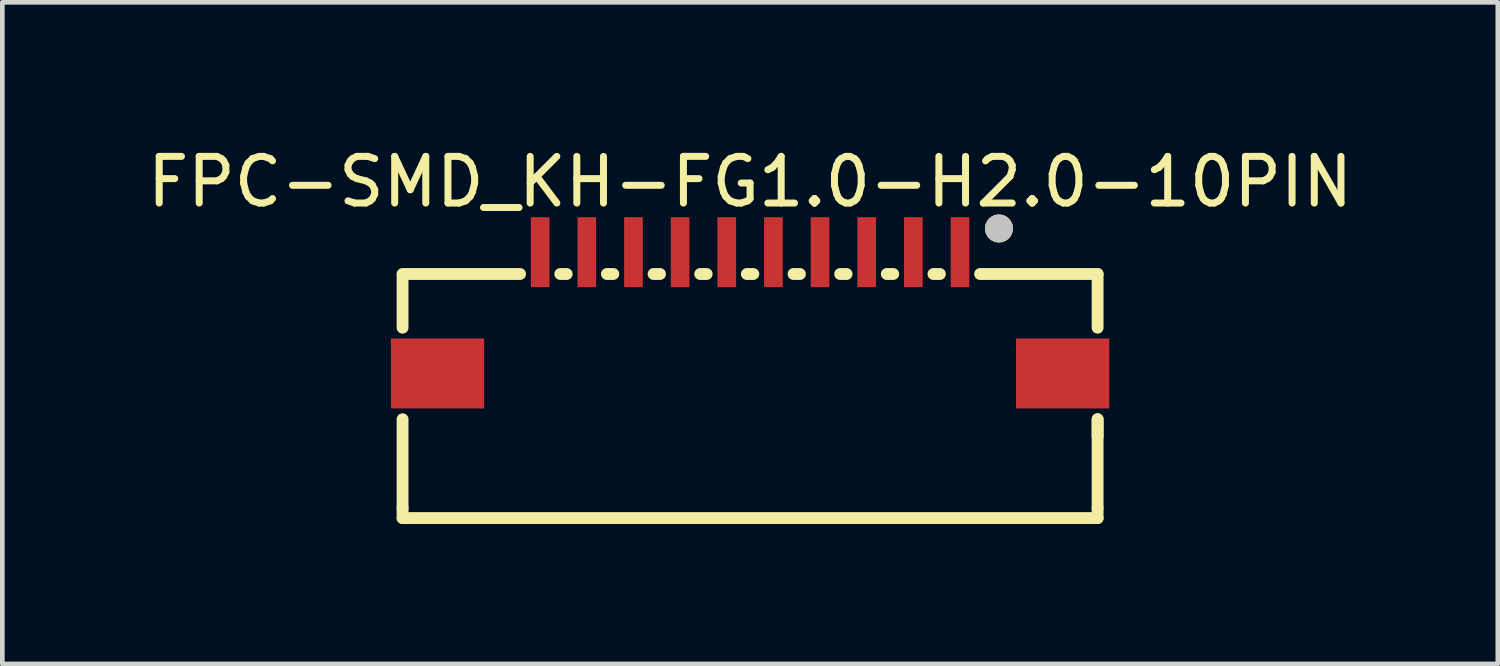
<source format=kicad_pcb>
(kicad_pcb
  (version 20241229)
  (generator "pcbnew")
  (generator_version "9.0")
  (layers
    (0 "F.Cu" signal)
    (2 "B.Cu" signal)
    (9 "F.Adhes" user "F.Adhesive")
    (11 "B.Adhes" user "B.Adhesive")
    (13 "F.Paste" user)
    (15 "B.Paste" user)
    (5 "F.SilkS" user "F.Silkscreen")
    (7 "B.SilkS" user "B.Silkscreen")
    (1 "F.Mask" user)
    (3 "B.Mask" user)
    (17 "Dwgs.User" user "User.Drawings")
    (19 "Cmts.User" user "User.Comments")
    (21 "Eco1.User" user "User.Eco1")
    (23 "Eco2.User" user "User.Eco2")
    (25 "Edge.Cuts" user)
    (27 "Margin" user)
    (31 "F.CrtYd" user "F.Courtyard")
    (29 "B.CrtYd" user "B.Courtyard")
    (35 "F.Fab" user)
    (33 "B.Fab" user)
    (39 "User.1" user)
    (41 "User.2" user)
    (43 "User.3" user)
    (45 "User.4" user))
  (footprint "FPC-SMD_KH-FG1.0-H2.0-10PIN"
    (layer "F.Cu")
    (at 13.03 3.656)
    (property "Reference" "FPC-SMD_KH-FG1.0-H2.0-10PIN" (at 0 -2.808 0) (layer "F.SilkS") (effects (font (size 1 1) (thickness 0.15))))
    (fp_line (start -7.45 -0.832) (end -4.931 -0.832) (stroke (width 0.254) (type default)) (layer "F.SilkS"))
    (fp_line (start -7.45 0.319) (end -7.45 -0.8) (stroke (width 0.254) (type default)) (layer "F.SilkS"))
    (fp_line (start -7.45 4.192) (end -7.45 2.281) (stroke (width 0.254) (type default)) (layer "F.SilkS"))
    (fp_line (start -7.45 4.192) (end -7.45 4.4) (stroke (width 0.254) (type default)) (layer "F.SilkS"))
    (fp_line (start -7.45 4.4) (end 7.45 4.4) (stroke (width 0.254) (type default)) (layer "F.SilkS"))
    (fp_line (start -4.069 -0.832) (end -3.932 -0.832) (stroke (width 0.254) (type default)) (layer "F.SilkS"))
    (fp_line (start -3.069 -0.832) (end -2.932 -0.832) (stroke (width 0.254) (type default)) (layer "F.SilkS"))
    (fp_line (start -2.069 -0.832) (end -1.931 -0.832) (stroke (width 0.254) (type default)) (layer "F.SilkS"))
    (fp_line (start -1.069 -0.832) (end -0.931 -0.832) (stroke (width 0.254) (type default)) (layer "F.SilkS"))
    (fp_line (start -0.069 -0.832) (end 0.069 -0.832) (stroke (width 0.254) (type default)) (layer "F.SilkS"))
    (fp_line (start 0.931 -0.832) (end 1.069 -0.832) (stroke (width 0.254) (type default)) (layer "F.SilkS"))
    (fp_line (start 1.931 -0.832) (end 2.069 -0.832) (stroke (width 0.254) (type default)) (layer "F.SilkS"))
    (fp_line (start 2.931 -0.832) (end 3.069 -0.832) (stroke (width 0.254) (type default)) (layer "F.SilkS"))
    (fp_line (start 3.931 -0.832) (end 4.069 -0.832) (stroke (width 0.254) (type default)) (layer "F.SilkS"))
    (fp_line (start 4.931 -0.832) (end 7.45 -0.832) (stroke (width 0.254) (type default)) (layer "F.SilkS"))
    (fp_line (start 7.45 -0.832) (end 7.45 0.319) (stroke (width 0.254) (type default)) (layer "F.SilkS"))
    (fp_line (start 7.45 2.281) (end 7.45 2.652) (stroke (width 0.254) (type default)) (layer "F.SilkS"))
    (fp_line (start 7.45 4.192) (end 7.45 2.281) (stroke (width 0.254) (type default)) (layer "F.SilkS"))
    (fp_line (start 7.45 4.4) (end 7.45 4.192) (stroke (width 0.254) (type default)) (layer "F.SilkS"))
    (fp_circle (center 5.335 -1.808) (end 5.485 -1.808) (stroke (width 0.3) (type default)) (fill no) (layer "F.SilkS"))
    (fp_circle (center 5.335 -1.808) (end 5.485 -1.808) (stroke (width 0.3) (type default)) (fill no) (layer "Dwgs.User"))
    (fp_poly (pts (xy -6.05 1.75) (xy -7.45 1.75) (xy -7.45 0.75) (xy -6.05 0.75)) (stroke (width 0.1) (type default)) (fill no) (layer "User.1"))
    (fp_poly (pts (xy -4.4 -0.5) (xy -4.6 -0.5) (xy -4.6 -1.6) (xy -4.4 -1.6)) (stroke (width 0.1) (type default)) (fill no) (layer "User.1"))
    (fp_poly (pts (xy -3.4 -0.5) (xy -3.6 -0.5) (xy -3.6 -1.6) (xy -3.4 -1.6)) (stroke (width 0.1) (type default)) (fill no) (layer "User.1"))
    (fp_poly (pts (xy -2.4 -0.5) (xy -2.6 -0.5) (xy -2.6 -1.6) (xy -2.4 -1.6)) (stroke (width 0.1) (type default)) (fill no) (layer "User.1"))
    (fp_poly (pts (xy -1.4 -0.5) (xy -1.6 -0.5) (xy -1.6 -1.6) (xy -1.4 -1.6)) (stroke (width 0.1) (type default)) (fill no) (layer "User.1"))
    (fp_poly (pts (xy -0.4 -0.5) (xy -0.6 -0.5) (xy -0.6 -1.6) (xy -0.4 -1.6)) (stroke (width 0.1) (type default)) (fill no) (layer "User.1"))
    (fp_poly (pts (xy 0.6 -0.5) (xy 0.4 -0.5) (xy 0.4 -1.6) (xy 0.6 -1.6)) (stroke (width 0.1) (type default)) (fill no) (layer "User.1"))
    (fp_poly (pts (xy 1.6 -0.5) (xy 1.4 -0.5) (xy 1.4 -1.6) (xy 1.6 -1.6)) (stroke (width 0.1) (type default)) (fill no) (layer "User.1"))
    (fp_poly (pts (xy 2.6 -0.5) (xy 2.4 -0.5) (xy 2.4 -1.6) (xy 2.6 -1.6)) (stroke (width 0.1) (type default)) (fill no) (layer "User.1"))
    (fp_poly (pts (xy 3.6 -0.5) (xy 3.4 -0.5) (xy 3.4 -1.6) (xy 3.6 -1.6)) (stroke (width 0.1) (type default)) (fill no) (layer "User.1"))
    (fp_poly (pts (xy 4.6 -0.5) (xy 4.4 -0.5) (xy 4.4 -1.6) (xy 4.6 -1.6)) (stroke (width 0.1) (type default)) (fill no) (layer "User.1"))
    (fp_poly (pts (xy 7.45 1.75) (xy 6.05 1.75) (xy 6.05 0.75) (xy 7.45 0.75)) (stroke (width 0.1) (type default)) (fill no) (layer "User.1"))
    (fp_line (start -7.45 -0.75) (end 7.45 -0.75) (stroke (width 0.051) (type default)) (layer "User.2"))
    (fp_line (start -7.45 4.4) (end -7.45 -0.75) (stroke (width 0.051) (type default)) (layer "User.2"))
    (fp_line (start 7.45 -0.75) (end 7.45 4.4) (stroke (width 0.051) (type default)) (layer "User.2"))
    (fp_line (start 7.45 4.4) (end -7.45 4.4) (stroke (width 0.051) (type default)) (layer "User.2"))
    (fp_poly (pts (xy 7.51 -1.6) (xy 7.492 -1.642) (xy 7.45 -1.66) (xy 7.408 -1.642) (xy 7.39 -1.6) (xy 7.408 -1.558) (xy 7.45 -1.54) (xy 7.492 -1.558)) (stroke (width 0.1) (type default)) (fill no) (layer "User.3"))
    (pad "1" smd rect (at 4.5 -1.3 180) (size 0.4 1.5) (layers "F.Cu" "F.Mask" "F.Paste"))
    (pad "2" smd rect (at 3.5 -1.3 180) (size 0.4 1.5) (layers "F.Cu" "F.Mask" "F.Paste"))
    (pad "3" smd rect (at 2.5 -1.3 180) (size 0.4 1.5) (layers "F.Cu" "F.Mask" "F.Paste"))
    (pad "4" smd rect (at 1.5 -1.3 180) (size 0.4 1.5) (layers "F.Cu" "F.Mask" "F.Paste"))
    (pad "5" smd rect (at 0.5 -1.3 180) (size 0.4 1.5) (layers "F.Cu" "F.Mask" "F.Paste"))
    (pad "6" smd rect (at -0.5 -1.3 180) (size 0.4 1.5) (layers "F.Cu" "F.Mask" "F.Paste"))
    (pad "7" smd rect (at -1.5 -1.3 180) (size 0.4 1.5) (layers "F.Cu" "F.Mask" "F.Paste"))
    (pad "8" smd rect (at -2.5 -1.3 180) (size 0.4 1.5) (layers "F.Cu" "F.Mask" "F.Paste"))
    (pad "9" smd rect (at -3.5 -1.3 180) (size 0.4 1.5) (layers "F.Cu" "F.Mask" "F.Paste"))
    (pad "10" smd rect (at -4.5 -1.3 180) (size 0.4 1.5) (layers "F.Cu" "F.Mask" "F.Paste"))
    (pad "11" smd rect (at -6.7 1.3 180) (size 2 1.5) (layers "F.Cu" "F.Mask" "F.Paste"))
    (pad "12" smd rect (at 6.7 1.3 180) (size 2 1.5) (layers "F.Cu" "F.Mask" "F.Paste")))
  (gr_rect
    (start -3 -3)
    (end 29.06 11.183)
    (stroke (width 0.1) (type default))
    (fill no)
    (layer "Edge.Cuts")))
</source>
